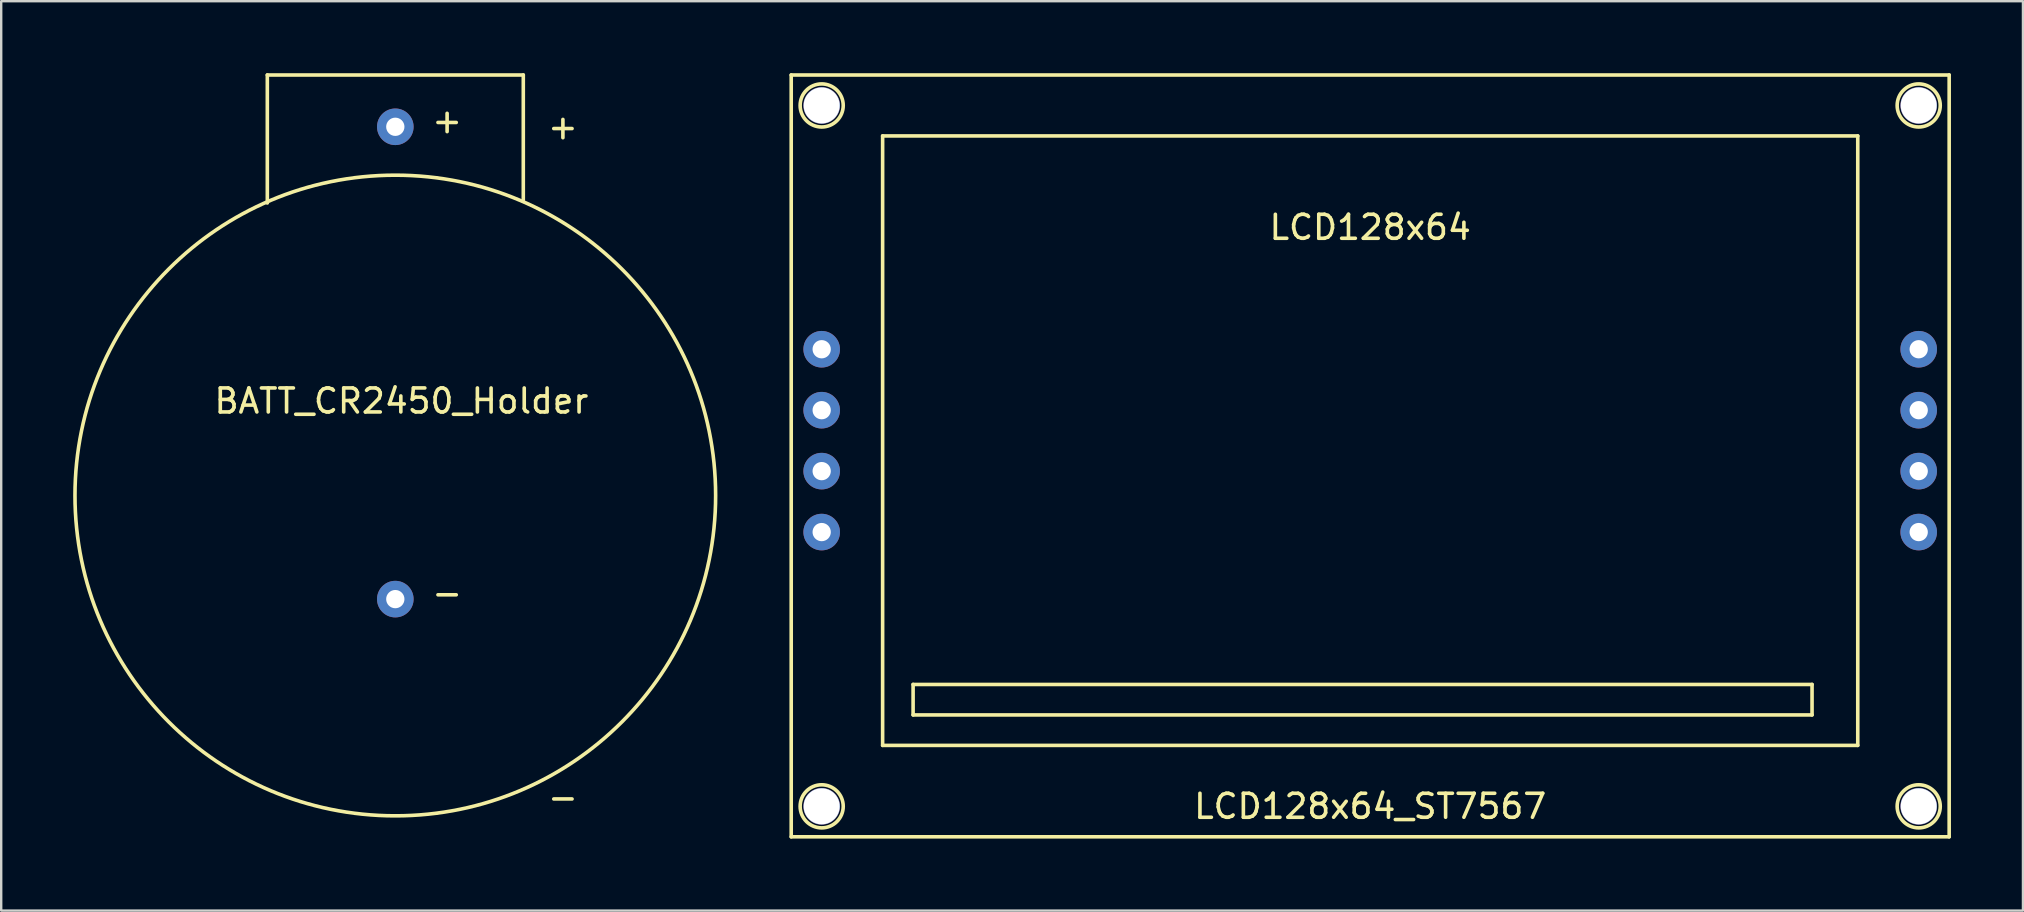
<source format=kicad_pcb>
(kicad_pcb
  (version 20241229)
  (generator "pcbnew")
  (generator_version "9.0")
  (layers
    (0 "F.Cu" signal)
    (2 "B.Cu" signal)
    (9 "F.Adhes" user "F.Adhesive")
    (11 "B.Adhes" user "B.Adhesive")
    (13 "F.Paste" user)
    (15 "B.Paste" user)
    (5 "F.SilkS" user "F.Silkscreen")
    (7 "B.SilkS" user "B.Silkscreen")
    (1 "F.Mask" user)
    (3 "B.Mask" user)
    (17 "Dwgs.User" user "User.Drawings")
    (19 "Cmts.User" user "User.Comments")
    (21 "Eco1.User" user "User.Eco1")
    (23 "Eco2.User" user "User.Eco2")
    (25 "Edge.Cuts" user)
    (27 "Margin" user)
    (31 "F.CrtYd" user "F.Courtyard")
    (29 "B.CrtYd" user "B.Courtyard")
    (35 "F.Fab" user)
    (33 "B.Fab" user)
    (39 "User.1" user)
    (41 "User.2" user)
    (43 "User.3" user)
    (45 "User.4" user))
  (footprint "LCD128x64_ST7567"
    (layer "F.Cu")
    (at 31.195 19.125)
    (property "Reference" "LCD128x64_ST7567" (at 22.86 11.43 0) (layer "F.SilkS") (effects (font (size 1 1) (thickness 0.15))))
    (attr through_hole)
    (fp_line (start -1.27 -19.05) (end 46.99 -19.05) (stroke (width 0.15) (type solid)) (layer "F.SilkS"))
    (fp_line (start -1.27 12.7) (end -1.27 -19.05) (stroke (width 0.15) (type solid)) (layer "F.SilkS"))
    (fp_line (start 2.54 -16.51) (end 43.18 -16.51) (stroke (width 0.15) (type solid)) (layer "F.SilkS"))
    (fp_line (start 2.54 8.89) (end 2.54 -16.51) (stroke (width 0.15) (type solid)) (layer "F.SilkS"))
    (fp_line (start 3.81 6.35) (end 41.275 6.35) (stroke (width 0.15) (type solid)) (layer "F.SilkS"))
    (fp_line (start 3.81 7.62) (end 3.81 6.35) (stroke (width 0.15) (type solid)) (layer "F.SilkS"))
    (fp_line (start 41.275 6.35) (end 41.275 7.62) (stroke (width 0.15) (type solid)) (layer "F.SilkS"))
    (fp_line (start 41.275 7.62) (end 3.81 7.62) (stroke (width 0.15) (type solid)) (layer "F.SilkS"))
    (fp_line (start 43.18 -16.51) (end 43.18 8.89) (stroke (width 0.15) (type solid)) (layer "F.SilkS"))
    (fp_line (start 43.18 8.89) (end 2.54 8.89) (stroke (width 0.15) (type solid)) (layer "F.SilkS"))
    (fp_line (start 46.99 -19.05) (end 46.99 12.7) (stroke (width 0.15) (type solid)) (layer "F.SilkS"))
    (fp_line (start 46.99 12.7) (end -1.27 12.7) (stroke (width 0.15) (type solid)) (layer "F.SilkS"))
    (fp_circle (center 0 -17.78) (end 0.635 -18.415) (stroke (width 0.15) (type solid)) (fill no) (layer "F.SilkS"))
    (fp_circle (center 0 11.43) (end 0.635 10.795) (stroke (width 0.15) (type solid)) (fill no) (layer "F.SilkS"))
    (fp_circle (center 45.72 -17.78) (end 46.355 -18.415) (stroke (width 0.15) (type solid)) (fill no) (layer "F.SilkS"))
    (fp_circle (center 45.72 11.43) (end 46.355 12.065) (stroke (width 0.15) (type solid)) (fill no) (layer "F.SilkS"))
    (fp_text user "LCD128x64" (at 22.86 -12.7 0) (layer "F.SilkS") (effects (font (size 1 1) (thickness 0.15))))
    (pad "" np_thru_hole circle (at 0 -17.78) (size 1.524 1.524) (drill 1.5) (layers "*.Cu" "*.Mask"))
    (pad "" np_thru_hole circle (at 0 11.43) (size 1.524 1.524) (drill 1.5) (layers "*.Cu" "*.Mask"))
    (pad "" np_thru_hole circle (at 45.72 -17.78) (size 1.524 1.524) (drill 1.5) (layers "*.Cu" "*.Mask"))
    (pad "" np_thru_hole circle (at 45.72 11.43) (size 1.524 1.524) (drill 1.5) (layers "*.Cu" "*.Mask"))
    (pad "1" thru_hole circle (at 0 -7.62) (size 1.524 1.524) (drill 0.762) (layers "*.Cu" "*.Mask"))
    (pad "2" thru_hole circle (at 0 -5.08) (size 1.524 1.524) (drill 0.762) (layers "*.Cu" "*.Mask"))
    (pad "3" thru_hole circle (at 0 -2.54) (size 1.524 1.524) (drill 0.762) (layers "*.Cu" "*.Mask"))
    (pad "4" thru_hole circle (at 0 0) (size 1.524 1.524) (drill 0.762) (layers "*.Cu" "*.Mask"))
    (pad "5" thru_hole circle (at 45.72 -7.62) (size 1.524 1.524) (drill 0.762) (layers "*.Cu" "*.Mask"))
    (pad "6" thru_hole circle (at 45.72 -5.08) (size 1.524 1.524) (drill 0.762) (layers "*.Cu" "*.Mask"))
    (pad "7" thru_hole circle (at 45.72 -2.54) (size 1.524 1.524) (drill 0.762) (layers "*.Cu" "*.Mask"))
    (pad "8" thru_hole circle (at 45.72 0) (size 1.524 1.524) (drill 0.762) (layers "*.Cu" "*.Mask")))
  (footprint "BATT_CR2450_Holder"
    (layer "F.Cu")
    (at 13.425 21.919)
    (property "Reference" "BATT_CR2450_Holder" (at 0.254 -8.255 0) (layer "F.SilkS") (effects (font (size 1 1) (thickness 0.15))))
    (attr through_hole)
    (fp_line (start -5.334 -21.844) (end 5.334 -21.844) (stroke (width 0.15) (type solid)) (layer "F.SilkS"))
    (fp_line (start -5.334 -16.51) (end -5.334 -21.844) (stroke (width 0.15) (type solid)) (layer "F.SilkS"))
    (fp_line (start 5.334 -21.844) (end 5.334 -16.637) (stroke (width 0.15) (type solid)) (layer "F.SilkS"))
    (fp_circle (center 0 -4.318) (end 13.335 -3.683) (stroke (width 0.15) (type solid)) (fill no) (layer "F.SilkS"))
    (fp_text user "-" (at 6.985 8.255 0) (layer "F.SilkS") (effects (font (size 1 1) (thickness 0.15))))
    (fp_text user "+" (at 6.985 -19.685 0) (layer "F.SilkS") (effects (font (size 1 1) (thickness 0.15))))
    (fp_text user "-" (at 2.159 -0.254 0) (layer "F.SilkS") (effects (font (size 1 1) (thickness 0.15))))
    (fp_text user "+" (at 2.159 -19.939 0) (layer "F.SilkS") (effects (font (size 1 1) (thickness 0.15))))
    (pad "1" thru_hole circle (at 0 -19.685) (size 1.524 1.524) (drill 0.762) (layers "*.Cu" "*.Mask"))
    (pad "2" thru_hole circle (at 0 0) (size 1.524 1.524) (drill 0.762) (layers "*.Cu" "*.Mask")))
  (gr_rect
    (start -3 -3)
    (end 81.26 34.9)
    (stroke (width 0.1) (type default))
    (fill no)
    (layer "Edge.Cuts")))
</source>
